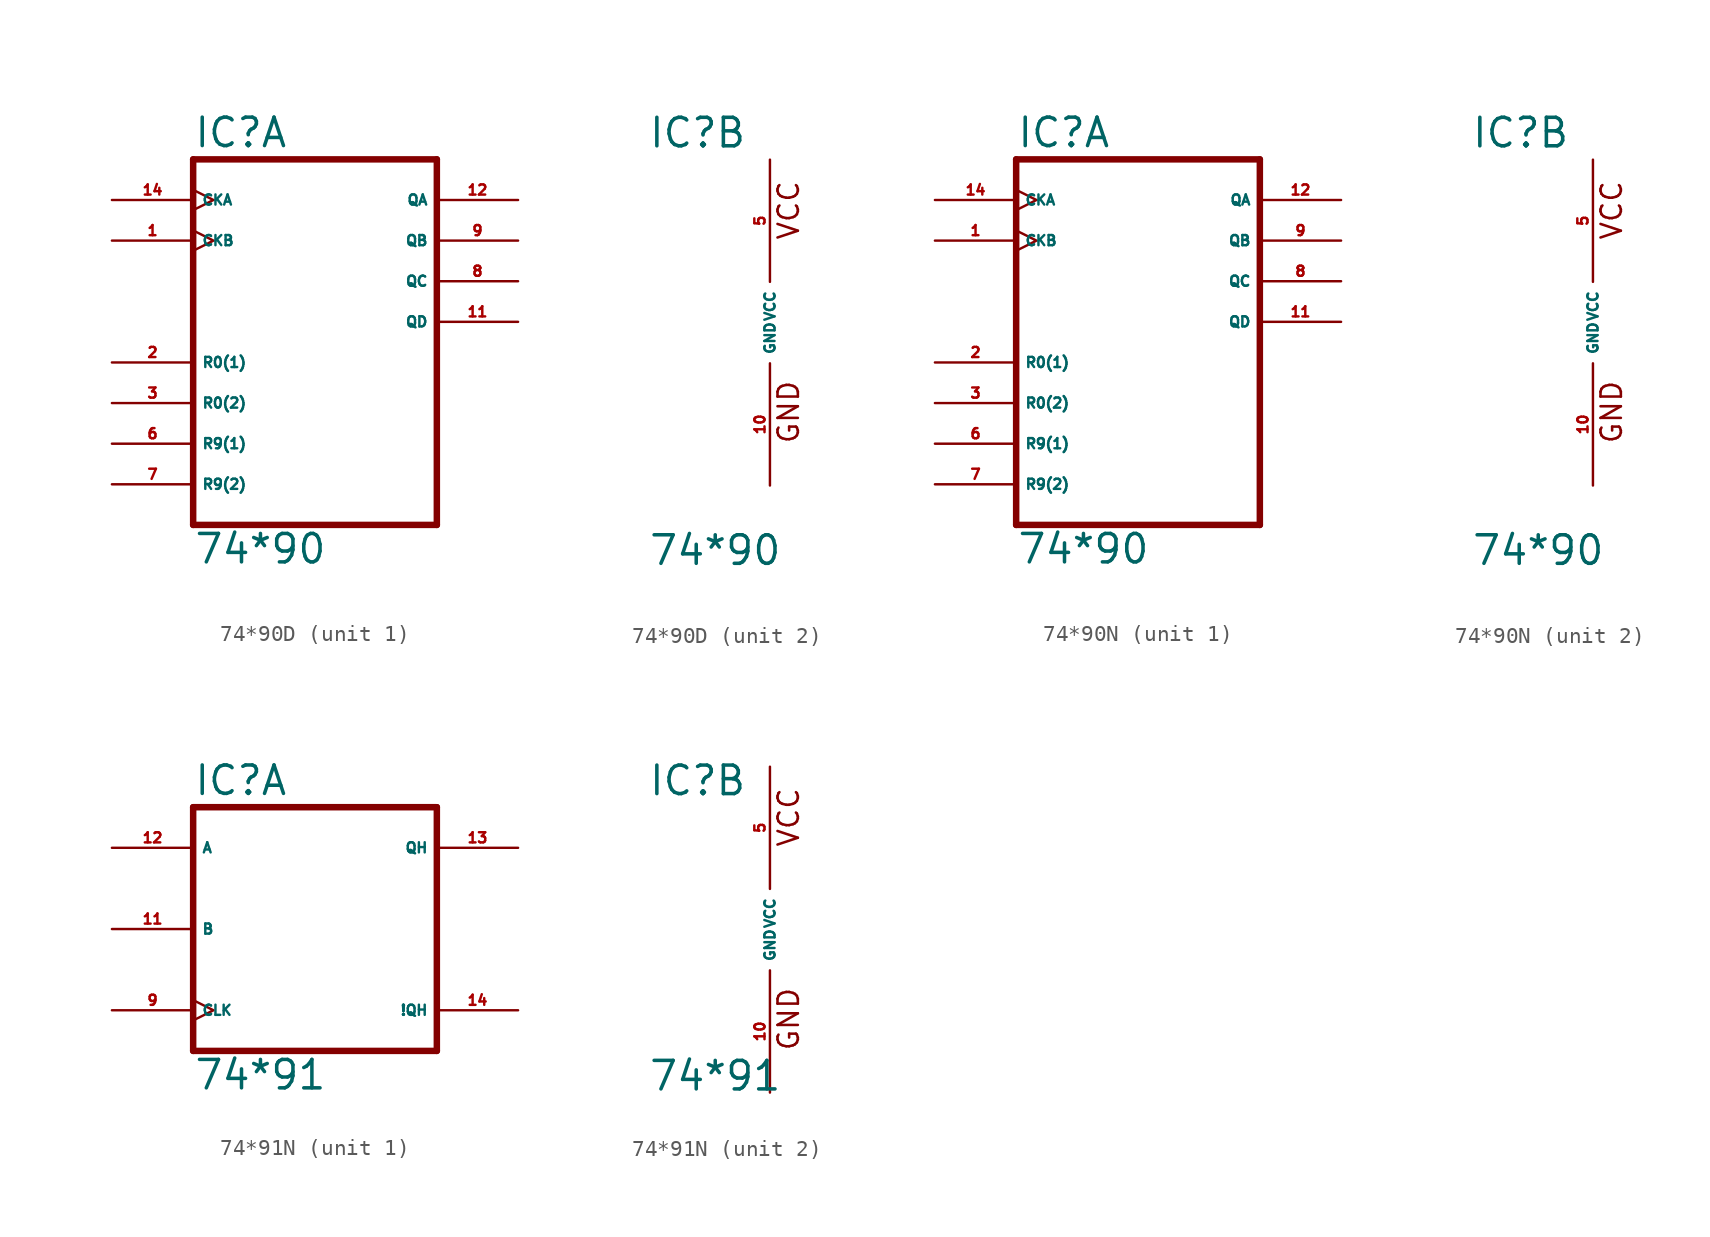
<source format=kicad_sym>
(kicad_symbol_lib
  (version 20220914)
  (generator Eagle2Kicad)
  (symbol "74*90D"
    (property "Reference" "IC"
      (at -7.62 10.795 0)
      (effects (font (size 1.778 1.778) (thickness 0.22)) (justify left bottom)))
    (property "Value" "74*90"
      (at -7.62 -15.24 0)
      (effects (font (size 1.778 1.778) (thickness 0.22)) (justify left bottom)))
    (symbol "74*90D_1_0"
      (polyline (pts (xy -7.62 -12.7) (xy 7.62 -12.7)) (stroke (width 0.406) (type default)) (fill (type none)))
      (polyline (pts (xy 7.62 -12.7) (xy 7.62 10.16)) (stroke (width 0.406) (type default)) (fill (type none)))
      (polyline (pts (xy 7.62 10.16) (xy -7.62 10.16)) (stroke (width 0.406) (type default)) (fill (type none)))
      (polyline (pts (xy -7.62 10.16) (xy -7.62 -12.7)) (stroke (width 0.406) (type default)) (fill (type none)))
      (pin input clock (at -12.7 5.08 0) (length 5.08) (name "CKB" (effects (font (size 0.635 0.635) (thickness 0.08)) (justify left bottom))) (number "1" (effects (font (size 0.635 0.635) (thickness 0.08)) (justify left bottom))))
      (pin input line (at -12.7 -2.54 0) (length 5.08) (name "R0(1)" (effects (font (size 0.635 0.635) (thickness 0.08)) (justify left bottom))) (number "2" (effects (font (size 0.635 0.635) (thickness 0.08)) (justify left bottom))))
      (pin input line (at -12.7 -5.08 0) (length 5.08) (name "R0(2)" (effects (font (size 0.635 0.635) (thickness 0.08)) (justify left bottom))) (number "3" (effects (font (size 0.635 0.635) (thickness 0.08)) (justify left bottom))))
      (pin input line (at -12.7 -7.62 0) (length 5.08) (name "R9(1)" (effects (font (size 0.635 0.635) (thickness 0.08)) (justify left bottom))) (number "6" (effects (font (size 0.635 0.635) (thickness 0.08)) (justify left bottom))))
      (pin input line (at -12.7 -10.16 0) (length 5.08) (name "R9(2)" (effects (font (size 0.635 0.635) (thickness 0.08)) (justify left bottom))) (number "7" (effects (font (size 0.635 0.635) (thickness 0.08)) (justify left bottom))))
      (pin output line (at 12.7 2.54 180) (length 5.08) (name "QC" (effects (font (size 0.635 0.635) (thickness 0.08)) (justify left bottom))) (number "8" (effects (font (size 0.635 0.635) (thickness 0.08)) (justify left bottom))))
      (pin output line (at 12.7 5.08 180) (length 5.08) (name "QB" (effects (font (size 0.635 0.635) (thickness 0.08)) (justify left bottom))) (number "9" (effects (font (size 0.635 0.635) (thickness 0.08)) (justify left bottom))))
      (pin output line (at 12.7 0 180) (length 5.08) (name "QD" (effects (font (size 0.635 0.635) (thickness 0.08)) (justify left bottom))) (number "11" (effects (font (size 0.635 0.635) (thickness 0.08)) (justify left bottom))))
      (pin output line (at 12.7 7.62 180) (length 5.08) (name "QA" (effects (font (size 0.635 0.635) (thickness 0.08)) (justify left bottom))) (number "12" (effects (font (size 0.635 0.635) (thickness 0.08)) (justify left bottom))))
      (pin input clock (at -12.7 7.62 0) (length 5.08) (name "CKA" (effects (font (size 0.635 0.635) (thickness 0.08)) (justify left bottom))) (number "14" (effects (font (size 0.635 0.635) (thickness 0.08)) (justify left bottom)))))
    (symbol "74*90D_2_0"
      (text "GND" (at 1.905 -7.62 900) (effects (font (size 1.27 1.27) (thickness 0.16)) (justify left bottom)))
      (text "VCC" (at 1.905 5.08 900) (effects (font (size 1.27 1.27) (thickness 0.16)) (justify left bottom)))
      (pin unspecified line (at 0 -10.16 90) (length 7.62) (name "GND" (effects (font (size 0.635 0.635) (thickness 0.08)) (justify left bottom))) (number "10" (effects (font (size 0.635 0.635) (thickness 0.08)) (justify left bottom))))
      (pin unspecified line (at 0 10.16 270) (length 7.62) (name "VCC" (effects (font (size 0.635 0.635) (thickness 0.08)) (justify left bottom))) (number "5" (effects (font (size 0.635 0.635) (thickness 0.08)) (justify left bottom))))))
  (symbol "74*90N"
    (property "Reference" "IC"
      (at -7.62 10.795 0)
      (effects (font (size 1.778 1.778) (thickness 0.22)) (justify left bottom)))
    (property "Value" "74*90"
      (at -7.62 -15.24 0)
      (effects (font (size 1.778 1.778) (thickness 0.22)) (justify left bottom)))
    (symbol "74*90N_1_0"
      (polyline (pts (xy -7.62 -12.7) (xy 7.62 -12.7)) (stroke (width 0.406) (type default)) (fill (type none)))
      (polyline (pts (xy 7.62 -12.7) (xy 7.62 10.16)) (stroke (width 0.406) (type default)) (fill (type none)))
      (polyline (pts (xy 7.62 10.16) (xy -7.62 10.16)) (stroke (width 0.406) (type default)) (fill (type none)))
      (polyline (pts (xy -7.62 10.16) (xy -7.62 -12.7)) (stroke (width 0.406) (type default)) (fill (type none)))
      (pin input clock (at -12.7 5.08 0) (length 5.08) (name "CKB" (effects (font (size 0.635 0.635) (thickness 0.08)) (justify left bottom))) (number "1" (effects (font (size 0.635 0.635) (thickness 0.08)) (justify left bottom))))
      (pin input line (at -12.7 -2.54 0) (length 5.08) (name "R0(1)" (effects (font (size 0.635 0.635) (thickness 0.08)) (justify left bottom))) (number "2" (effects (font (size 0.635 0.635) (thickness 0.08)) (justify left bottom))))
      (pin input line (at -12.7 -5.08 0) (length 5.08) (name "R0(2)" (effects (font (size 0.635 0.635) (thickness 0.08)) (justify left bottom))) (number "3" (effects (font (size 0.635 0.635) (thickness 0.08)) (justify left bottom))))
      (pin input line (at -12.7 -7.62 0) (length 5.08) (name "R9(1)" (effects (font (size 0.635 0.635) (thickness 0.08)) (justify left bottom))) (number "6" (effects (font (size 0.635 0.635) (thickness 0.08)) (justify left bottom))))
      (pin input line (at -12.7 -10.16 0) (length 5.08) (name "R9(2)" (effects (font (size 0.635 0.635) (thickness 0.08)) (justify left bottom))) (number "7" (effects (font (size 0.635 0.635) (thickness 0.08)) (justify left bottom))))
      (pin output line (at 12.7 2.54 180) (length 5.08) (name "QC" (effects (font (size 0.635 0.635) (thickness 0.08)) (justify left bottom))) (number "8" (effects (font (size 0.635 0.635) (thickness 0.08)) (justify left bottom))))
      (pin output line (at 12.7 5.08 180) (length 5.08) (name "QB" (effects (font (size 0.635 0.635) (thickness 0.08)) (justify left bottom))) (number "9" (effects (font (size 0.635 0.635) (thickness 0.08)) (justify left bottom))))
      (pin output line (at 12.7 0 180) (length 5.08) (name "QD" (effects (font (size 0.635 0.635) (thickness 0.08)) (justify left bottom))) (number "11" (effects (font (size 0.635 0.635) (thickness 0.08)) (justify left bottom))))
      (pin output line (at 12.7 7.62 180) (length 5.08) (name "QA" (effects (font (size 0.635 0.635) (thickness 0.08)) (justify left bottom))) (number "12" (effects (font (size 0.635 0.635) (thickness 0.08)) (justify left bottom))))
      (pin input clock (at -12.7 7.62 0) (length 5.08) (name "CKA" (effects (font (size 0.635 0.635) (thickness 0.08)) (justify left bottom))) (number "14" (effects (font (size 0.635 0.635) (thickness 0.08)) (justify left bottom)))))
    (symbol "74*90N_2_0"
      (text "GND" (at 1.905 -7.62 900) (effects (font (size 1.27 1.27) (thickness 0.16)) (justify left bottom)))
      (text "VCC" (at 1.905 5.08 900) (effects (font (size 1.27 1.27) (thickness 0.16)) (justify left bottom)))
      (pin unspecified line (at 0 -10.16 90) (length 7.62) (name "GND" (effects (font (size 0.635 0.635) (thickness 0.08)) (justify left bottom))) (number "10" (effects (font (size 0.635 0.635) (thickness 0.08)) (justify left bottom))))
      (pin unspecified line (at 0 10.16 270) (length 7.62) (name "VCC" (effects (font (size 0.635 0.635) (thickness 0.08)) (justify left bottom))) (number "5" (effects (font (size 0.635 0.635) (thickness 0.08)) (justify left bottom))))))
  (symbol "74*91N"
    (property "Reference" "IC"
      (at -7.62 8.255 0)
      (effects (font (size 1.778 1.778) (thickness 0.22)) (justify left bottom)))
    (property "Value" "74*91"
      (at -7.62 -10.16 0)
      (effects (font (size 1.778 1.778) (thickness 0.22)) (justify left bottom)))
    (symbol "74*91N_1_0"
      (polyline (pts (xy -7.62 -7.62) (xy 7.62 -7.62)) (stroke (width 0.406) (type default)) (fill (type none)))
      (polyline (pts (xy 7.62 -7.62) (xy 7.62 7.62)) (stroke (width 0.406) (type default)) (fill (type none)))
      (polyline (pts (xy 7.62 7.62) (xy -7.62 7.62)) (stroke (width 0.406) (type default)) (fill (type none)))
      (polyline (pts (xy -7.62 7.62) (xy -7.62 -7.62)) (stroke (width 0.406) (type default)) (fill (type none)))
      (pin input clock (at -12.7 -5.08 0) (length 5.08) (name "CLK" (effects (font (size 0.635 0.635) (thickness 0.08)) (justify left bottom))) (number "9" (effects (font (size 0.635 0.635) (thickness 0.08)) (justify left bottom))))
      (pin input line (at -12.7 0 0) (length 5.08) (name "B" (effects (font (size 0.635 0.635) (thickness 0.08)) (justify left bottom))) (number "11" (effects (font (size 0.635 0.635) (thickness 0.08)) (justify left bottom))))
      (pin input line (at -12.7 5.08 0) (length 5.08) (name "A" (effects (font (size 0.635 0.635) (thickness 0.08)) (justify left bottom))) (number "12" (effects (font (size 0.635 0.635) (thickness 0.08)) (justify left bottom))))
      (pin output line (at 12.7 5.08 180) (length 5.08) (name "QH" (effects (font (size 0.635 0.635) (thickness 0.08)) (justify left bottom))) (number "13" (effects (font (size 0.635 0.635) (thickness 0.08)) (justify left bottom))))
      (pin output line (at 12.7 -5.08 180) (length 5.08) (name "!QH" (effects (font (size 0.635 0.635) (thickness 0.08)) (justify left bottom))) (number "14" (effects (font (size 0.635 0.635) (thickness 0.08)) (justify left bottom)))))
    (symbol "74*91N_2_0"
      (text "GND" (at 1.905 -7.62 900) (effects (font (size 1.27 1.27) (thickness 0.16)) (justify left bottom)))
      (text "VCC" (at 1.905 5.08 900) (effects (font (size 1.27 1.27) (thickness 0.16)) (justify left bottom)))
      (pin unspecified line (at 0 -10.16 90) (length 7.62) (name "GND" (effects (font (size 0.635 0.635) (thickness 0.08)) (justify left bottom))) (number "10" (effects (font (size 0.635 0.635) (thickness 0.08)) (justify left bottom))))
      (pin unspecified line (at 0 10.16 270) (length 7.62) (name "VCC" (effects (font (size 0.635 0.635) (thickness 0.08)) (justify left bottom))) (number "5" (effects (font (size 0.635 0.635) (thickness 0.08)) (justify left bottom)))))))
</source>
